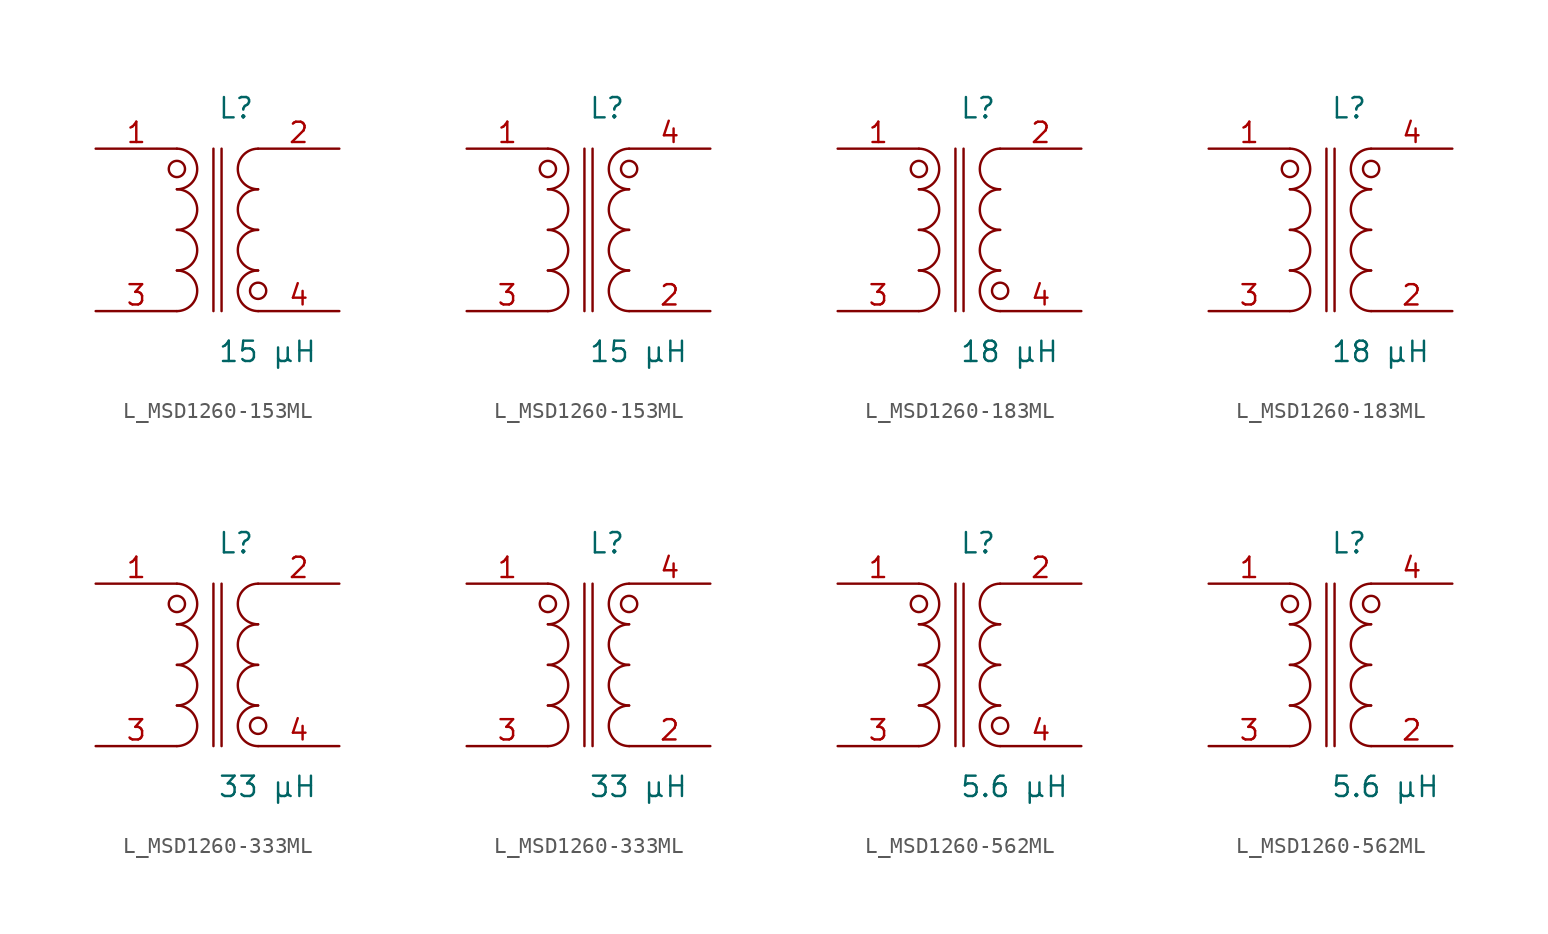
<source format=kicad_sym>
(kicad_symbol_lib
  (version 20231120)
  (generator kicad_symbol_editor)
  (generator_version 8.0)
  (symbol "L_MSD1260-153ML"
    (pin_names
      (offset 0.254))
    (property "Reference" "L"
      (at 0.0 7.62 0)
      (effects (font (size 1.27 1.27)) (justify left)))
    (property "Value" "15 µH"
      (at 0.0 -7.62 0)
      (effects (font (size 1.27 1.27)) (justify left)))
    (symbol "L_MSD1260-153ML_1_1"
      (arc (start -2.54 -5.08) (mid -1.27 -3.81) (end -2.54 -2.54) (stroke (width 0) (type default)) (fill (type none)))
      (arc (start -2.54 -2.54) (mid -1.27 -1.27) (end -2.54 0.0) (stroke (width 0) (type default)) (fill (type none)))
      (arc (start -2.54 0.0) (mid -1.27 1.27) (end -2.54 2.54) (stroke (width 0) (type default)) (fill (type none)))
      (arc (start -2.54 2.54) (mid -1.27 3.81) (end -2.54 5.08) (stroke (width 0) (type default)) (fill (type none)))
      (arc (start 2.54 -5.08) (mid 1.27 -3.81) (end 2.54 -2.54) (stroke (width 0) (type default)) (fill (type none)))
      (arc (start 2.54 -2.54) (mid 1.27 -1.27) (end 2.54 0.0) (stroke (width 0) (type default)) (fill (type none)))
      (arc (start 2.54 0.0) (mid 1.27 1.27) (end 2.54 2.54) (stroke (width 0) (type default)) (fill (type none)))
      (arc (start 2.54 2.54) (mid 1.27 3.81) (end 2.54 5.08) (stroke (width 0) (type default)) (fill (type none)))
      (circle (center -2.54 3.81) (radius 0.508) (stroke (width 0) (type default)) (fill (type none)))
      (circle (center 2.54 -3.81) (radius 0.508) (stroke (width 0) (type default)) (fill (type none)))
      (polyline (pts (xy -0.254 5.08) (xy -0.254 -5.08)) (stroke (width 0) (type default)) (fill (type none)))
      (polyline (pts (xy 0.254 5.08) (xy 0.254 -5.08)) (stroke (width 0) (type default)) (fill (type none)))
      (pin unspecified line (at -7.62 5.08 0) (length 5.08) (name "" (effects (font (size 1.27 1.27)))) (number "1" (effects (font (size 1.27 1.27)))))
      (pin unspecified line (at -7.62 -5.08 0) (length 5.08) (name "" (effects (font (size 1.27 1.27)))) (number "3" (effects (font (size 1.27 1.27)))))
      (pin unspecified line (at 7.62 5.08 180) (length 5.08) (name "" (effects (font (size 1.27 1.27)))) (number "2" (effects (font (size 1.27 1.27)))))
      (pin unspecified line (at 7.62 -5.08 180) (length 5.08) (name "" (effects (font (size 1.27 1.27)))) (number "4" (effects (font (size 1.27 1.27))))))
    (symbol "L_MSD1260-153ML_1_2"
      (arc (start -2.54 -5.08) (mid -1.27 -3.81) (end -2.54 -2.54) (stroke (width 0) (type default)) (fill (type none)))
      (arc (start -2.54 -2.54) (mid -1.27 -1.27) (end -2.54 0.0) (stroke (width 0) (type default)) (fill (type none)))
      (arc (start -2.54 0.0) (mid -1.27 1.27) (end -2.54 2.54) (stroke (width 0) (type default)) (fill (type none)))
      (arc (start -2.54 2.54) (mid -1.27 3.81) (end -2.54 5.08) (stroke (width 0) (type default)) (fill (type none)))
      (arc (start 2.54 -5.08) (mid 1.27 -3.81) (end 2.54 -2.54) (stroke (width 0) (type default)) (fill (type none)))
      (arc (start 2.54 -2.54) (mid 1.27 -1.27) (end 2.54 0.0) (stroke (width 0) (type default)) (fill (type none)))
      (arc (start 2.54 0.0) (mid 1.27 1.27) (end 2.54 2.54) (stroke (width 0) (type default)) (fill (type none)))
      (arc (start 2.54 2.54) (mid 1.27 3.81) (end 2.54 5.08) (stroke (width 0) (type default)) (fill (type none)))
      (circle (center -2.54 3.81) (radius 0.508) (stroke (width 0) (type default)) (fill (type none)))
      (circle (center 2.54 3.81) (radius 0.508) (stroke (width 0) (type default)) (fill (type none)))
      (polyline (pts (xy -0.254 5.08) (xy -0.254 -5.08)) (stroke (width 0) (type default)) (fill (type none)))
      (polyline (pts (xy 0.254 5.08) (xy 0.254 -5.08)) (stroke (width 0) (type default)) (fill (type none)))
      (pin unspecified line (at -7.62 5.08 0) (length 5.08) (name "" (effects (font (size 1.27 1.27)))) (number "1" (effects (font (size 1.27 1.27)))))
      (pin unspecified line (at -7.62 -5.08 0) (length 5.08) (name "" (effects (font (size 1.27 1.27)))) (number "3" (effects (font (size 1.27 1.27)))))
      (pin unspecified line (at 7.62 -5.08 180) (length 5.08) (name "" (effects (font (size 1.27 1.27)))) (number "2" (effects (font (size 1.27 1.27)))))
      (pin unspecified line (at 7.62 5.08 180) (length 5.08) (name "" (effects (font (size 1.27 1.27)))) (number "4" (effects (font (size 1.27 1.27)))))))
  (symbol "L_MSD1260-183ML"
    (pin_names
      (offset 0.254))
    (property "Reference" "L"
      (at 0.0 7.62 0)
      (effects (font (size 1.27 1.27)) (justify left)))
    (property "Value" "18 µH"
      (at 0.0 -7.62 0)
      (effects (font (size 1.27 1.27)) (justify left)))
    (symbol "L_MSD1260-183ML_1_1"
      (arc (start -2.54 -5.08) (mid -1.27 -3.81) (end -2.54 -2.54) (stroke (width 0) (type default)) (fill (type none)))
      (arc (start -2.54 -2.54) (mid -1.27 -1.27) (end -2.54 0.0) (stroke (width 0) (type default)) (fill (type none)))
      (arc (start -2.54 0.0) (mid -1.27 1.27) (end -2.54 2.54) (stroke (width 0) (type default)) (fill (type none)))
      (arc (start -2.54 2.54) (mid -1.27 3.81) (end -2.54 5.08) (stroke (width 0) (type default)) (fill (type none)))
      (arc (start 2.54 -5.08) (mid 1.27 -3.81) (end 2.54 -2.54) (stroke (width 0) (type default)) (fill (type none)))
      (arc (start 2.54 -2.54) (mid 1.27 -1.27) (end 2.54 0.0) (stroke (width 0) (type default)) (fill (type none)))
      (arc (start 2.54 0.0) (mid 1.27 1.27) (end 2.54 2.54) (stroke (width 0) (type default)) (fill (type none)))
      (arc (start 2.54 2.54) (mid 1.27 3.81) (end 2.54 5.08) (stroke (width 0) (type default)) (fill (type none)))
      (circle (center -2.54 3.81) (radius 0.508) (stroke (width 0) (type default)) (fill (type none)))
      (circle (center 2.54 -3.81) (radius 0.508) (stroke (width 0) (type default)) (fill (type none)))
      (polyline (pts (xy -0.254 5.08) (xy -0.254 -5.08)) (stroke (width 0) (type default)) (fill (type none)))
      (polyline (pts (xy 0.254 5.08) (xy 0.254 -5.08)) (stroke (width 0) (type default)) (fill (type none)))
      (pin unspecified line (at -7.62 5.08 0) (length 5.08) (name "" (effects (font (size 1.27 1.27)))) (number "1" (effects (font (size 1.27 1.27)))))
      (pin unspecified line (at -7.62 -5.08 0) (length 5.08) (name "" (effects (font (size 1.27 1.27)))) (number "3" (effects (font (size 1.27 1.27)))))
      (pin unspecified line (at 7.62 5.08 180) (length 5.08) (name "" (effects (font (size 1.27 1.27)))) (number "2" (effects (font (size 1.27 1.27)))))
      (pin unspecified line (at 7.62 -5.08 180) (length 5.08) (name "" (effects (font (size 1.27 1.27)))) (number "4" (effects (font (size 1.27 1.27))))))
    (symbol "L_MSD1260-183ML_1_2"
      (arc (start -2.54 -5.08) (mid -1.27 -3.81) (end -2.54 -2.54) (stroke (width 0) (type default)) (fill (type none)))
      (arc (start -2.54 -2.54) (mid -1.27 -1.27) (end -2.54 0.0) (stroke (width 0) (type default)) (fill (type none)))
      (arc (start -2.54 0.0) (mid -1.27 1.27) (end -2.54 2.54) (stroke (width 0) (type default)) (fill (type none)))
      (arc (start -2.54 2.54) (mid -1.27 3.81) (end -2.54 5.08) (stroke (width 0) (type default)) (fill (type none)))
      (arc (start 2.54 -5.08) (mid 1.27 -3.81) (end 2.54 -2.54) (stroke (width 0) (type default)) (fill (type none)))
      (arc (start 2.54 -2.54) (mid 1.27 -1.27) (end 2.54 0.0) (stroke (width 0) (type default)) (fill (type none)))
      (arc (start 2.54 0.0) (mid 1.27 1.27) (end 2.54 2.54) (stroke (width 0) (type default)) (fill (type none)))
      (arc (start 2.54 2.54) (mid 1.27 3.81) (end 2.54 5.08) (stroke (width 0) (type default)) (fill (type none)))
      (circle (center -2.54 3.81) (radius 0.508) (stroke (width 0) (type default)) (fill (type none)))
      (circle (center 2.54 3.81) (radius 0.508) (stroke (width 0) (type default)) (fill (type none)))
      (polyline (pts (xy -0.254 5.08) (xy -0.254 -5.08)) (stroke (width 0) (type default)) (fill (type none)))
      (polyline (pts (xy 0.254 5.08) (xy 0.254 -5.08)) (stroke (width 0) (type default)) (fill (type none)))
      (pin unspecified line (at -7.62 5.08 0) (length 5.08) (name "" (effects (font (size 1.27 1.27)))) (number "1" (effects (font (size 1.27 1.27)))))
      (pin unspecified line (at -7.62 -5.08 0) (length 5.08) (name "" (effects (font (size 1.27 1.27)))) (number "3" (effects (font (size 1.27 1.27)))))
      (pin unspecified line (at 7.62 -5.08 180) (length 5.08) (name "" (effects (font (size 1.27 1.27)))) (number "2" (effects (font (size 1.27 1.27)))))
      (pin unspecified line (at 7.62 5.08 180) (length 5.08) (name "" (effects (font (size 1.27 1.27)))) (number "4" (effects (font (size 1.27 1.27)))))))
  (symbol "L_MSD1260-333ML"
    (pin_names
      (offset 0.254))
    (property "Reference" "L"
      (at 0.0 7.62 0)
      (effects (font (size 1.27 1.27)) (justify left)))
    (property "Value" "33 µH"
      (at 0.0 -7.62 0)
      (effects (font (size 1.27 1.27)) (justify left)))
    (symbol "L_MSD1260-333ML_1_1"
      (arc (start -2.54 -5.08) (mid -1.27 -3.81) (end -2.54 -2.54) (stroke (width 0) (type default)) (fill (type none)))
      (arc (start -2.54 -2.54) (mid -1.27 -1.27) (end -2.54 0.0) (stroke (width 0) (type default)) (fill (type none)))
      (arc (start -2.54 0.0) (mid -1.27 1.27) (end -2.54 2.54) (stroke (width 0) (type default)) (fill (type none)))
      (arc (start -2.54 2.54) (mid -1.27 3.81) (end -2.54 5.08) (stroke (width 0) (type default)) (fill (type none)))
      (arc (start 2.54 -5.08) (mid 1.27 -3.81) (end 2.54 -2.54) (stroke (width 0) (type default)) (fill (type none)))
      (arc (start 2.54 -2.54) (mid 1.27 -1.27) (end 2.54 0.0) (stroke (width 0) (type default)) (fill (type none)))
      (arc (start 2.54 0.0) (mid 1.27 1.27) (end 2.54 2.54) (stroke (width 0) (type default)) (fill (type none)))
      (arc (start 2.54 2.54) (mid 1.27 3.81) (end 2.54 5.08) (stroke (width 0) (type default)) (fill (type none)))
      (circle (center -2.54 3.81) (radius 0.508) (stroke (width 0) (type default)) (fill (type none)))
      (circle (center 2.54 -3.81) (radius 0.508) (stroke (width 0) (type default)) (fill (type none)))
      (polyline (pts (xy -0.254 5.08) (xy -0.254 -5.08)) (stroke (width 0) (type default)) (fill (type none)))
      (polyline (pts (xy 0.254 5.08) (xy 0.254 -5.08)) (stroke (width 0) (type default)) (fill (type none)))
      (pin unspecified line (at -7.62 5.08 0) (length 5.08) (name "" (effects (font (size 1.27 1.27)))) (number "1" (effects (font (size 1.27 1.27)))))
      (pin unspecified line (at -7.62 -5.08 0) (length 5.08) (name "" (effects (font (size 1.27 1.27)))) (number "3" (effects (font (size 1.27 1.27)))))
      (pin unspecified line (at 7.62 5.08 180) (length 5.08) (name "" (effects (font (size 1.27 1.27)))) (number "2" (effects (font (size 1.27 1.27)))))
      (pin unspecified line (at 7.62 -5.08 180) (length 5.08) (name "" (effects (font (size 1.27 1.27)))) (number "4" (effects (font (size 1.27 1.27))))))
    (symbol "L_MSD1260-333ML_1_2"
      (arc (start -2.54 -5.08) (mid -1.27 -3.81) (end -2.54 -2.54) (stroke (width 0) (type default)) (fill (type none)))
      (arc (start -2.54 -2.54) (mid -1.27 -1.27) (end -2.54 0.0) (stroke (width 0) (type default)) (fill (type none)))
      (arc (start -2.54 0.0) (mid -1.27 1.27) (end -2.54 2.54) (stroke (width 0) (type default)) (fill (type none)))
      (arc (start -2.54 2.54) (mid -1.27 3.81) (end -2.54 5.08) (stroke (width 0) (type default)) (fill (type none)))
      (arc (start 2.54 -5.08) (mid 1.27 -3.81) (end 2.54 -2.54) (stroke (width 0) (type default)) (fill (type none)))
      (arc (start 2.54 -2.54) (mid 1.27 -1.27) (end 2.54 0.0) (stroke (width 0) (type default)) (fill (type none)))
      (arc (start 2.54 0.0) (mid 1.27 1.27) (end 2.54 2.54) (stroke (width 0) (type default)) (fill (type none)))
      (arc (start 2.54 2.54) (mid 1.27 3.81) (end 2.54 5.08) (stroke (width 0) (type default)) (fill (type none)))
      (circle (center -2.54 3.81) (radius 0.508) (stroke (width 0) (type default)) (fill (type none)))
      (circle (center 2.54 3.81) (radius 0.508) (stroke (width 0) (type default)) (fill (type none)))
      (polyline (pts (xy -0.254 5.08) (xy -0.254 -5.08)) (stroke (width 0) (type default)) (fill (type none)))
      (polyline (pts (xy 0.254 5.08) (xy 0.254 -5.08)) (stroke (width 0) (type default)) (fill (type none)))
      (pin unspecified line (at -7.62 5.08 0) (length 5.08) (name "" (effects (font (size 1.27 1.27)))) (number "1" (effects (font (size 1.27 1.27)))))
      (pin unspecified line (at -7.62 -5.08 0) (length 5.08) (name "" (effects (font (size 1.27 1.27)))) (number "3" (effects (font (size 1.27 1.27)))))
      (pin unspecified line (at 7.62 -5.08 180) (length 5.08) (name "" (effects (font (size 1.27 1.27)))) (number "2" (effects (font (size 1.27 1.27)))))
      (pin unspecified line (at 7.62 5.08 180) (length 5.08) (name "" (effects (font (size 1.27 1.27)))) (number "4" (effects (font (size 1.27 1.27)))))))
  (symbol "L_MSD1260-562ML"
    (pin_names
      (offset 0.254))
    (property "Reference" "L"
      (at 0.0 7.62 0)
      (effects (font (size 1.27 1.27)) (justify left)))
    (property "Value" "5.6 µH"
      (at 0.0 -7.62 0)
      (effects (font (size 1.27 1.27)) (justify left)))
    (symbol "L_MSD1260-562ML_1_1"
      (arc (start -2.54 -5.08) (mid -1.27 -3.81) (end -2.54 -2.54) (stroke (width 0) (type default)) (fill (type none)))
      (arc (start -2.54 -2.54) (mid -1.27 -1.27) (end -2.54 0.0) (stroke (width 0) (type default)) (fill (type none)))
      (arc (start -2.54 0.0) (mid -1.27 1.27) (end -2.54 2.54) (stroke (width 0) (type default)) (fill (type none)))
      (arc (start -2.54 2.54) (mid -1.27 3.81) (end -2.54 5.08) (stroke (width 0) (type default)) (fill (type none)))
      (arc (start 2.54 -5.08) (mid 1.27 -3.81) (end 2.54 -2.54) (stroke (width 0) (type default)) (fill (type none)))
      (arc (start 2.54 -2.54) (mid 1.27 -1.27) (end 2.54 0.0) (stroke (width 0) (type default)) (fill (type none)))
      (arc (start 2.54 0.0) (mid 1.27 1.27) (end 2.54 2.54) (stroke (width 0) (type default)) (fill (type none)))
      (arc (start 2.54 2.54) (mid 1.27 3.81) (end 2.54 5.08) (stroke (width 0) (type default)) (fill (type none)))
      (circle (center -2.54 3.81) (radius 0.508) (stroke (width 0) (type default)) (fill (type none)))
      (circle (center 2.54 -3.81) (radius 0.508) (stroke (width 0) (type default)) (fill (type none)))
      (polyline (pts (xy -0.254 5.08) (xy -0.254 -5.08)) (stroke (width 0) (type default)) (fill (type none)))
      (polyline (pts (xy 0.254 5.08) (xy 0.254 -5.08)) (stroke (width 0) (type default)) (fill (type none)))
      (pin unspecified line (at -7.62 5.08 0) (length 5.08) (name "" (effects (font (size 1.27 1.27)))) (number "1" (effects (font (size 1.27 1.27)))))
      (pin unspecified line (at -7.62 -5.08 0) (length 5.08) (name "" (effects (font (size 1.27 1.27)))) (number "3" (effects (font (size 1.27 1.27)))))
      (pin unspecified line (at 7.62 5.08 180) (length 5.08) (name "" (effects (font (size 1.27 1.27)))) (number "2" (effects (font (size 1.27 1.27)))))
      (pin unspecified line (at 7.62 -5.08 180) (length 5.08) (name "" (effects (font (size 1.27 1.27)))) (number "4" (effects (font (size 1.27 1.27))))))
    (symbol "L_MSD1260-562ML_1_2"
      (arc (start -2.54 -5.08) (mid -1.27 -3.81) (end -2.54 -2.54) (stroke (width 0) (type default)) (fill (type none)))
      (arc (start -2.54 -2.54) (mid -1.27 -1.27) (end -2.54 0.0) (stroke (width 0) (type default)) (fill (type none)))
      (arc (start -2.54 0.0) (mid -1.27 1.27) (end -2.54 2.54) (stroke (width 0) (type default)) (fill (type none)))
      (arc (start -2.54 2.54) (mid -1.27 3.81) (end -2.54 5.08) (stroke (width 0) (type default)) (fill (type none)))
      (arc (start 2.54 -5.08) (mid 1.27 -3.81) (end 2.54 -2.54) (stroke (width 0) (type default)) (fill (type none)))
      (arc (start 2.54 -2.54) (mid 1.27 -1.27) (end 2.54 0.0) (stroke (width 0) (type default)) (fill (type none)))
      (arc (start 2.54 0.0) (mid 1.27 1.27) (end 2.54 2.54) (stroke (width 0) (type default)) (fill (type none)))
      (arc (start 2.54 2.54) (mid 1.27 3.81) (end 2.54 5.08) (stroke (width 0) (type default)) (fill (type none)))
      (circle (center -2.54 3.81) (radius 0.508) (stroke (width 0) (type default)) (fill (type none)))
      (circle (center 2.54 3.81) (radius 0.508) (stroke (width 0) (type default)) (fill (type none)))
      (polyline (pts (xy -0.254 5.08) (xy -0.254 -5.08)) (stroke (width 0) (type default)) (fill (type none)))
      (polyline (pts (xy 0.254 5.08) (xy 0.254 -5.08)) (stroke (width 0) (type default)) (fill (type none)))
      (pin unspecified line (at -7.62 5.08 0) (length 5.08) (name "" (effects (font (size 1.27 1.27)))) (number "1" (effects (font (size 1.27 1.27)))))
      (pin unspecified line (at -7.62 -5.08 0) (length 5.08) (name "" (effects (font (size 1.27 1.27)))) (number "3" (effects (font (size 1.27 1.27)))))
      (pin unspecified line (at 7.62 -5.08 180) (length 5.08) (name "" (effects (font (size 1.27 1.27)))) (number "2" (effects (font (size 1.27 1.27)))))
      (pin unspecified line (at 7.62 5.08 180) (length 5.08) (name "" (effects (font (size 1.27 1.27)))) (number "4" (effects (font (size 1.27 1.27))))))))
</source>
